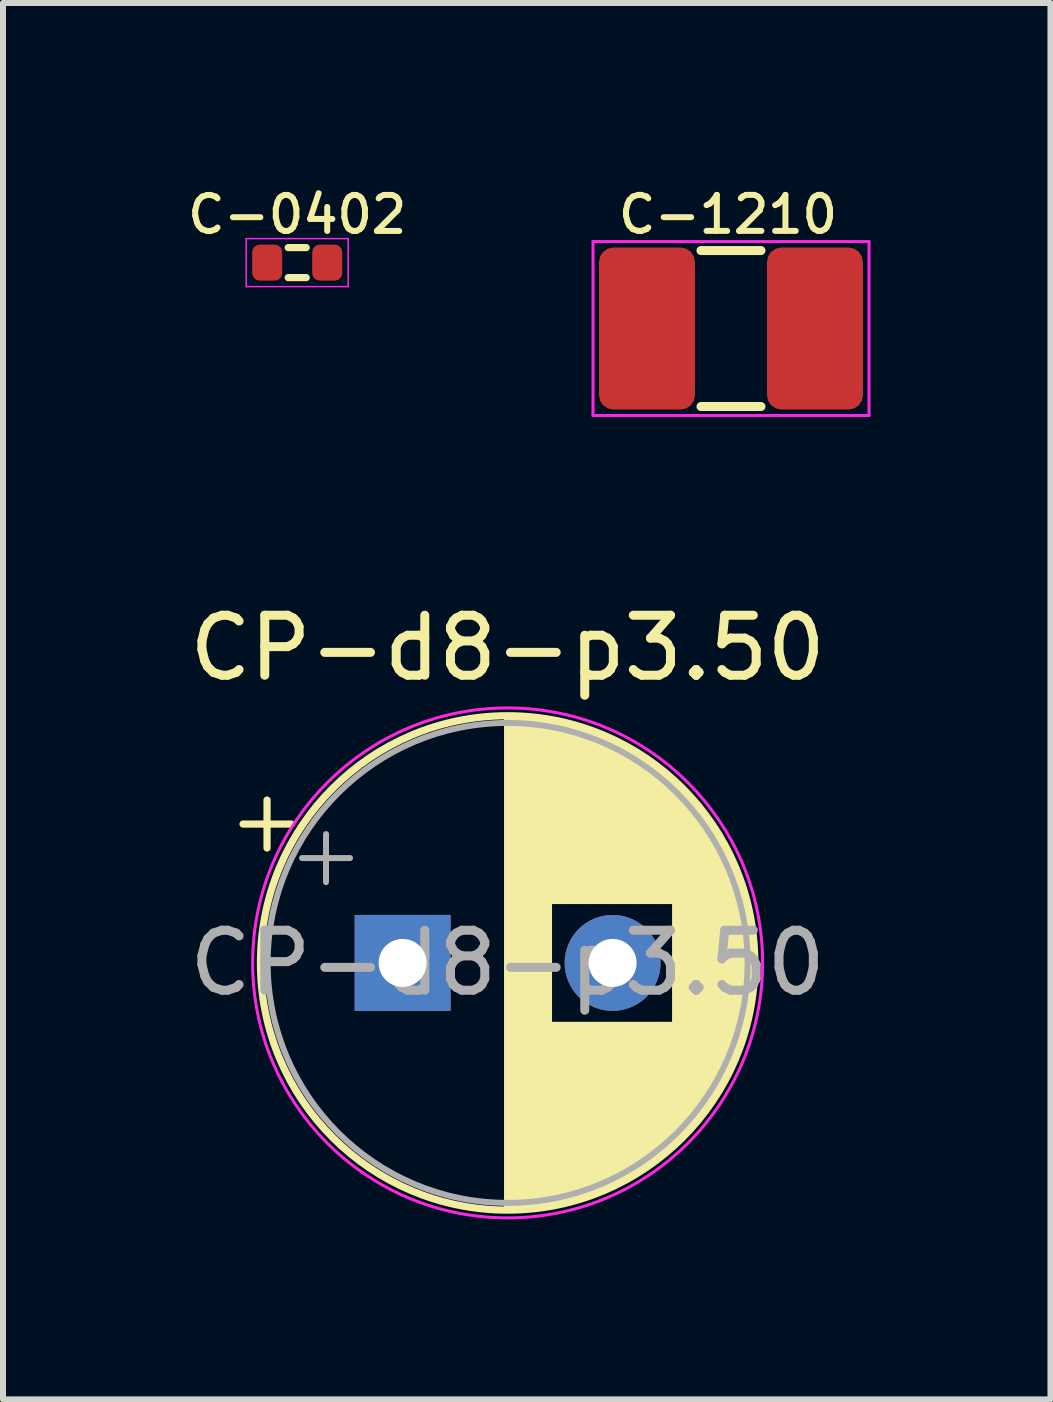
<source format=kicad_pcb>
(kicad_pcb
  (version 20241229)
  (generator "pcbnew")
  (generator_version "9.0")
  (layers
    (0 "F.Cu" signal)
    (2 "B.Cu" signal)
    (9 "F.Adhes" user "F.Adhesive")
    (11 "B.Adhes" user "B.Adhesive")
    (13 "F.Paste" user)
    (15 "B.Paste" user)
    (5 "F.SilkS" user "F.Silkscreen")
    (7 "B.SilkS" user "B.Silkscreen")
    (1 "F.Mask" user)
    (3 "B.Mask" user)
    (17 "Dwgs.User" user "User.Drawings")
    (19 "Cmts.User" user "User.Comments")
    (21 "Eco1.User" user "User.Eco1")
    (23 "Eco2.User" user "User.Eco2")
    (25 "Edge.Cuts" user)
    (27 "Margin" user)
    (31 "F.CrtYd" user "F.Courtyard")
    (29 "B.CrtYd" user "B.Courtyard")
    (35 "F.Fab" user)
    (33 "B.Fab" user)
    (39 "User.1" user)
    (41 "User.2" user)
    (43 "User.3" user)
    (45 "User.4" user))
  (footprint "CP-d8-p3.50"
    (layer "F.Cu")
    (at 3.661 13)
    (property "Reference" "CP-d8-p3.50" (at 1.75 -5.25 0) (layer "F.SilkS") (effects (font (size 1 1) (thickness 0.15))))
    (attr through_hole)
    (fp_line (start -2.66 -2.315) (end -1.86 -2.315) (stroke (width 0.12) (type solid)) (layer "F.SilkS"))
    (fp_line (start -2.26 -2.715) (end -2.26 -1.915) (stroke (width 0.12) (type solid)) (layer "F.SilkS"))
    (fp_line (start 1.75 -4.08) (end 1.75 4.08) (stroke (width 0.12) (type solid)) (layer "F.SilkS"))
    (fp_line (start 1.79 -4.08) (end 1.79 4.08) (stroke (width 0.12) (type solid)) (layer "F.SilkS"))
    (fp_line (start 1.83 -4.08) (end 1.83 4.08) (stroke (width 0.12) (type solid)) (layer "F.SilkS"))
    (fp_line (start 1.87 -4.079) (end 1.87 4.079) (stroke (width 0.12) (type solid)) (layer "F.SilkS"))
    (fp_line (start 1.91 -4.077) (end 1.91 4.077) (stroke (width 0.12) (type solid)) (layer "F.SilkS"))
    (fp_line (start 1.95 -4.076) (end 1.95 4.076) (stroke (width 0.12) (type solid)) (layer "F.SilkS"))
    (fp_line (start 1.99 -4.074) (end 1.99 4.074) (stroke (width 0.12) (type solid)) (layer "F.SilkS"))
    (fp_line (start 2.03 -4.071) (end 2.03 4.071) (stroke (width 0.12) (type solid)) (layer "F.SilkS"))
    (fp_line (start 2.07 -4.068) (end 2.07 4.068) (stroke (width 0.12) (type solid)) (layer "F.SilkS"))
    (fp_line (start 2.11 -4.065) (end 2.11 4.065) (stroke (width 0.12) (type solid)) (layer "F.SilkS"))
    (fp_line (start 2.15 -4.061) (end 2.15 4.061) (stroke (width 0.12) (type solid)) (layer "F.SilkS"))
    (fp_line (start 2.19 -4.057) (end 2.19 4.057) (stroke (width 0.12) (type solid)) (layer "F.SilkS"))
    (fp_line (start 2.23 -4.052) (end 2.23 4.052) (stroke (width 0.12) (type solid)) (layer "F.SilkS"))
    (fp_line (start 2.27 -4.048) (end 2.27 4.048) (stroke (width 0.12) (type solid)) (layer "F.SilkS"))
    (fp_line (start 2.31 -4.042) (end 2.31 4.042) (stroke (width 0.12) (type solid)) (layer "F.SilkS"))
    (fp_line (start 2.35 -4.037) (end 2.35 4.037) (stroke (width 0.12) (type solid)) (layer "F.SilkS"))
    (fp_line (start 2.39 -4.03) (end 2.39 4.03) (stroke (width 0.12) (type solid)) (layer "F.SilkS"))
    (fp_line (start 2.43 -4.024) (end 2.43 4.024) (stroke (width 0.12) (type solid)) (layer "F.SilkS"))
    (fp_line (start 2.471 -4.017) (end 2.471 -1.04) (stroke (width 0.12) (type solid)) (layer "F.SilkS"))
    (fp_line (start 2.471 1.04) (end 2.471 4.017) (stroke (width 0.12) (type solid)) (layer "F.SilkS"))
    (fp_line (start 2.511 -4.01) (end 2.511 -1.04) (stroke (width 0.12) (type solid)) (layer "F.SilkS"))
    (fp_line (start 2.511 1.04) (end 2.511 4.01) (stroke (width 0.12) (type solid)) (layer "F.SilkS"))
    (fp_line (start 2.551 -4.002) (end 2.551 -1.04) (stroke (width 0.12) (type solid)) (layer "F.SilkS"))
    (fp_line (start 2.551 1.04) (end 2.551 4.002) (stroke (width 0.12) (type solid)) (layer "F.SilkS"))
    (fp_line (start 2.591 -3.994) (end 2.591 -1.04) (stroke (width 0.12) (type solid)) (layer "F.SilkS"))
    (fp_line (start 2.591 1.04) (end 2.591 3.994) (stroke (width 0.12) (type solid)) (layer "F.SilkS"))
    (fp_line (start 2.631 -3.985) (end 2.631 -1.04) (stroke (width 0.12) (type solid)) (layer "F.SilkS"))
    (fp_line (start 2.631 1.04) (end 2.631 3.985) (stroke (width 0.12) (type solid)) (layer "F.SilkS"))
    (fp_line (start 2.671 -3.976) (end 2.671 -1.04) (stroke (width 0.12) (type solid)) (layer "F.SilkS"))
    (fp_line (start 2.671 1.04) (end 2.671 3.976) (stroke (width 0.12) (type solid)) (layer "F.SilkS"))
    (fp_line (start 2.711 -3.967) (end 2.711 -1.04) (stroke (width 0.12) (type solid)) (layer "F.SilkS"))
    (fp_line (start 2.711 1.04) (end 2.711 3.967) (stroke (width 0.12) (type solid)) (layer "F.SilkS"))
    (fp_line (start 2.751 -3.957) (end 2.751 -1.04) (stroke (width 0.12) (type solid)) (layer "F.SilkS"))
    (fp_line (start 2.751 1.04) (end 2.751 3.957) (stroke (width 0.12) (type solid)) (layer "F.SilkS"))
    (fp_line (start 2.791 -3.947) (end 2.791 -1.04) (stroke (width 0.12) (type solid)) (layer "F.SilkS"))
    (fp_line (start 2.791 1.04) (end 2.791 3.947) (stroke (width 0.12) (type solid)) (layer "F.SilkS"))
    (fp_line (start 2.831 -3.936) (end 2.831 -1.04) (stroke (width 0.12) (type solid)) (layer "F.SilkS"))
    (fp_line (start 2.831 1.04) (end 2.831 3.936) (stroke (width 0.12) (type solid)) (layer "F.SilkS"))
    (fp_line (start 2.871 -3.925) (end 2.871 -1.04) (stroke (width 0.12) (type solid)) (layer "F.SilkS"))
    (fp_line (start 2.871 1.04) (end 2.871 3.925) (stroke (width 0.12) (type solid)) (layer "F.SilkS"))
    (fp_line (start 2.911 -3.914) (end 2.911 -1.04) (stroke (width 0.12) (type solid)) (layer "F.SilkS"))
    (fp_line (start 2.911 1.04) (end 2.911 3.914) (stroke (width 0.12) (type solid)) (layer "F.SilkS"))
    (fp_line (start 2.951 -3.902) (end 2.951 -1.04) (stroke (width 0.12) (type solid)) (layer "F.SilkS"))
    (fp_line (start 2.951 1.04) (end 2.951 3.902) (stroke (width 0.12) (type solid)) (layer "F.SilkS"))
    (fp_line (start 2.991 -3.889) (end 2.991 -1.04) (stroke (width 0.12) (type solid)) (layer "F.SilkS"))
    (fp_line (start 2.991 1.04) (end 2.991 3.889) (stroke (width 0.12) (type solid)) (layer "F.SilkS"))
    (fp_line (start 3.031 -3.877) (end 3.031 -1.04) (stroke (width 0.12) (type solid)) (layer "F.SilkS"))
    (fp_line (start 3.031 1.04) (end 3.031 3.877) (stroke (width 0.12) (type solid)) (layer "F.SilkS"))
    (fp_line (start 3.071 -3.863) (end 3.071 -1.04) (stroke (width 0.12) (type solid)) (layer "F.SilkS"))
    (fp_line (start 3.071 1.04) (end 3.071 3.863) (stroke (width 0.12) (type solid)) (layer "F.SilkS"))
    (fp_line (start 3.111 -3.85) (end 3.111 -1.04) (stroke (width 0.12) (type solid)) (layer "F.SilkS"))
    (fp_line (start 3.111 1.04) (end 3.111 3.85) (stroke (width 0.12) (type solid)) (layer "F.SilkS"))
    (fp_line (start 3.151 -3.835) (end 3.151 -1.04) (stroke (width 0.12) (type solid)) (layer "F.SilkS"))
    (fp_line (start 3.151 1.04) (end 3.151 3.835) (stroke (width 0.12) (type solid)) (layer "F.SilkS"))
    (fp_line (start 3.191 -3.821) (end 3.191 -1.04) (stroke (width 0.12) (type solid)) (layer "F.SilkS"))
    (fp_line (start 3.191 1.04) (end 3.191 3.821) (stroke (width 0.12) (type solid)) (layer "F.SilkS"))
    (fp_line (start 3.231 -3.805) (end 3.231 -1.04) (stroke (width 0.12) (type solid)) (layer "F.SilkS"))
    (fp_line (start 3.231 1.04) (end 3.231 3.805) (stroke (width 0.12) (type solid)) (layer "F.SilkS"))
    (fp_line (start 3.271 -3.79) (end 3.271 -1.04) (stroke (width 0.12) (type solid)) (layer "F.SilkS"))
    (fp_line (start 3.271 1.04) (end 3.271 3.79) (stroke (width 0.12) (type solid)) (layer "F.SilkS"))
    (fp_line (start 3.311 -3.774) (end 3.311 -1.04) (stroke (width 0.12) (type solid)) (layer "F.SilkS"))
    (fp_line (start 3.311 1.04) (end 3.311 3.774) (stroke (width 0.12) (type solid)) (layer "F.SilkS"))
    (fp_line (start 3.351 -3.757) (end 3.351 -1.04) (stroke (width 0.12) (type solid)) (layer "F.SilkS"))
    (fp_line (start 3.351 1.04) (end 3.351 3.757) (stroke (width 0.12) (type solid)) (layer "F.SilkS"))
    (fp_line (start 3.391 -3.74) (end 3.391 -1.04) (stroke (width 0.12) (type solid)) (layer "F.SilkS"))
    (fp_line (start 3.391 1.04) (end 3.391 3.74) (stroke (width 0.12) (type solid)) (layer "F.SilkS"))
    (fp_line (start 3.431 -3.722) (end 3.431 -1.04) (stroke (width 0.12) (type solid)) (layer "F.SilkS"))
    (fp_line (start 3.431 1.04) (end 3.431 3.722) (stroke (width 0.12) (type solid)) (layer "F.SilkS"))
    (fp_line (start 3.471 -3.704) (end 3.471 -1.04) (stroke (width 0.12) (type solid)) (layer "F.SilkS"))
    (fp_line (start 3.471 1.04) (end 3.471 3.704) (stroke (width 0.12) (type solid)) (layer "F.SilkS"))
    (fp_line (start 3.511 -3.686) (end 3.511 -1.04) (stroke (width 0.12) (type solid)) (layer "F.SilkS"))
    (fp_line (start 3.511 1.04) (end 3.511 3.686) (stroke (width 0.12) (type solid)) (layer "F.SilkS"))
    (fp_line (start 3.551 -3.666) (end 3.551 -1.04) (stroke (width 0.12) (type solid)) (layer "F.SilkS"))
    (fp_line (start 3.551 1.04) (end 3.551 3.666) (stroke (width 0.12) (type solid)) (layer "F.SilkS"))
    (fp_line (start 3.591 -3.647) (end 3.591 -1.04) (stroke (width 0.12) (type solid)) (layer "F.SilkS"))
    (fp_line (start 3.591 1.04) (end 3.591 3.647) (stroke (width 0.12) (type solid)) (layer "F.SilkS"))
    (fp_line (start 3.631 -3.627) (end 3.631 -1.04) (stroke (width 0.12) (type solid)) (layer "F.SilkS"))
    (fp_line (start 3.631 1.04) (end 3.631 3.627) (stroke (width 0.12) (type solid)) (layer "F.SilkS"))
    (fp_line (start 3.671 -3.606) (end 3.671 -1.04) (stroke (width 0.12) (type solid)) (layer "F.SilkS"))
    (fp_line (start 3.671 1.04) (end 3.671 3.606) (stroke (width 0.12) (type solid)) (layer "F.SilkS"))
    (fp_line (start 3.711 -3.584) (end 3.711 -1.04) (stroke (width 0.12) (type solid)) (layer "F.SilkS"))
    (fp_line (start 3.711 1.04) (end 3.711 3.584) (stroke (width 0.12) (type solid)) (layer "F.SilkS"))
    (fp_line (start 3.751 -3.562) (end 3.751 -1.04) (stroke (width 0.12) (type solid)) (layer "F.SilkS"))
    (fp_line (start 3.751 1.04) (end 3.751 3.562) (stroke (width 0.12) (type solid)) (layer "F.SilkS"))
    (fp_line (start 3.791 -3.54) (end 3.791 -1.04) (stroke (width 0.12) (type solid)) (layer "F.SilkS"))
    (fp_line (start 3.791 1.04) (end 3.791 3.54) (stroke (width 0.12) (type solid)) (layer "F.SilkS"))
    (fp_line (start 3.831 -3.517) (end 3.831 -1.04) (stroke (width 0.12) (type solid)) (layer "F.SilkS"))
    (fp_line (start 3.831 1.04) (end 3.831 3.517) (stroke (width 0.12) (type solid)) (layer "F.SilkS"))
    (fp_line (start 3.871 -3.493) (end 3.871 -1.04) (stroke (width 0.12) (type solid)) (layer "F.SilkS"))
    (fp_line (start 3.871 1.04) (end 3.871 3.493) (stroke (width 0.12) (type solid)) (layer "F.SilkS"))
    (fp_line (start 3.911 -3.469) (end 3.911 -1.04) (stroke (width 0.12) (type solid)) (layer "F.SilkS"))
    (fp_line (start 3.911 1.04) (end 3.911 3.469) (stroke (width 0.12) (type solid)) (layer "F.SilkS"))
    (fp_line (start 3.951 -3.444) (end 3.951 -1.04) (stroke (width 0.12) (type solid)) (layer "F.SilkS"))
    (fp_line (start 3.951 1.04) (end 3.951 3.444) (stroke (width 0.12) (type solid)) (layer "F.SilkS"))
    (fp_line (start 3.991 -3.418) (end 3.991 -1.04) (stroke (width 0.12) (type solid)) (layer "F.SilkS"))
    (fp_line (start 3.991 1.04) (end 3.991 3.418) (stroke (width 0.12) (type solid)) (layer "F.SilkS"))
    (fp_line (start 4.031 -3.392) (end 4.031 -1.04) (stroke (width 0.12) (type solid)) (layer "F.SilkS"))
    (fp_line (start 4.031 1.04) (end 4.031 3.392) (stroke (width 0.12) (type solid)) (layer "F.SilkS"))
    (fp_line (start 4.071 -3.365) (end 4.071 -1.04) (stroke (width 0.12) (type solid)) (layer "F.SilkS"))
    (fp_line (start 4.071 1.04) (end 4.071 3.365) (stroke (width 0.12) (type solid)) (layer "F.SilkS"))
    (fp_line (start 4.111 -3.338) (end 4.111 -1.04) (stroke (width 0.12) (type solid)) (layer "F.SilkS"))
    (fp_line (start 4.111 1.04) (end 4.111 3.338) (stroke (width 0.12) (type solid)) (layer "F.SilkS"))
    (fp_line (start 4.151 -3.309) (end 4.151 -1.04) (stroke (width 0.12) (type solid)) (layer "F.SilkS"))
    (fp_line (start 4.151 1.04) (end 4.151 3.309) (stroke (width 0.12) (type solid)) (layer "F.SilkS"))
    (fp_line (start 4.191 -3.28) (end 4.191 -1.04) (stroke (width 0.12) (type solid)) (layer "F.SilkS"))
    (fp_line (start 4.191 1.04) (end 4.191 3.28) (stroke (width 0.12) (type solid)) (layer "F.SilkS"))
    (fp_line (start 4.231 -3.25) (end 4.231 -1.04) (stroke (width 0.12) (type solid)) (layer "F.SilkS"))
    (fp_line (start 4.231 1.04) (end 4.231 3.25) (stroke (width 0.12) (type solid)) (layer "F.SilkS"))
    (fp_line (start 4.271 -3.22) (end 4.271 -1.04) (stroke (width 0.12) (type solid)) (layer "F.SilkS"))
    (fp_line (start 4.271 1.04) (end 4.271 3.22) (stroke (width 0.12) (type solid)) (layer "F.SilkS"))
    (fp_line (start 4.311 -3.189) (end 4.311 -1.04) (stroke (width 0.12) (type solid)) (layer "F.SilkS"))
    (fp_line (start 4.311 1.04) (end 4.311 3.189) (stroke (width 0.12) (type solid)) (layer "F.SilkS"))
    (fp_line (start 4.351 -3.156) (end 4.351 -1.04) (stroke (width 0.12) (type solid)) (layer "F.SilkS"))
    (fp_line (start 4.351 1.04) (end 4.351 3.156) (stroke (width 0.12) (type solid)) (layer "F.SilkS"))
    (fp_line (start 4.391 -3.124) (end 4.391 -1.04) (stroke (width 0.12) (type solid)) (layer "F.SilkS"))
    (fp_line (start 4.391 1.04) (end 4.391 3.124) (stroke (width 0.12) (type solid)) (layer "F.SilkS"))
    (fp_line (start 4.431 -3.09) (end 4.431 -1.04) (stroke (width 0.12) (type solid)) (layer "F.SilkS"))
    (fp_line (start 4.431 1.04) (end 4.431 3.09) (stroke (width 0.12) (type solid)) (layer "F.SilkS"))
    (fp_line (start 4.471 -3.055) (end 4.471 -1.04) (stroke (width 0.12) (type solid)) (layer "F.SilkS"))
    (fp_line (start 4.471 1.04) (end 4.471 3.055) (stroke (width 0.12) (type solid)) (layer "F.SilkS"))
    (fp_line (start 4.511 -3.019) (end 4.511 -1.04) (stroke (width 0.12) (type solid)) (layer "F.SilkS"))
    (fp_line (start 4.511 1.04) (end 4.511 3.019) (stroke (width 0.12) (type solid)) (layer "F.SilkS"))
    (fp_line (start 4.551 -2.983) (end 4.551 2.983) (stroke (width 0.12) (type solid)) (layer "F.SilkS"))
    (fp_line (start 4.591 -2.945) (end 4.591 2.945) (stroke (width 0.12) (type solid)) (layer "F.SilkS"))
    (fp_line (start 4.631 -2.907) (end 4.631 2.907) (stroke (width 0.12) (type solid)) (layer "F.SilkS"))
    (fp_line (start 4.671 -2.867) (end 4.671 2.867) (stroke (width 0.12) (type solid)) (layer "F.SilkS"))
    (fp_line (start 4.711 -2.826) (end 4.711 2.826) (stroke (width 0.12) (type solid)) (layer "F.SilkS"))
    (fp_line (start 4.751 -2.784) (end 4.751 2.784) (stroke (width 0.12) (type solid)) (layer "F.SilkS"))
    (fp_line (start 4.791 -2.741) (end 4.791 2.741) (stroke (width 0.12) (type solid)) (layer "F.SilkS"))
    (fp_line (start 4.831 -2.697) (end 4.831 2.697) (stroke (width 0.12) (type solid)) (layer "F.SilkS"))
    (fp_line (start 4.871 -2.651) (end 4.871 2.651) (stroke (width 0.12) (type solid)) (layer "F.SilkS"))
    (fp_line (start 4.911 -2.604) (end 4.911 2.604) (stroke (width 0.12) (type solid)) (layer "F.SilkS"))
    (fp_line (start 4.951 -2.556) (end 4.951 2.556) (stroke (width 0.12) (type solid)) (layer "F.SilkS"))
    (fp_line (start 4.991 -2.505) (end 4.991 2.505) (stroke (width 0.12) (type solid)) (layer "F.SilkS"))
    (fp_line (start 5.031 -2.454) (end 5.031 2.454) (stroke (width 0.12) (type solid)) (layer "F.SilkS"))
    (fp_line (start 5.071 -2.4) (end 5.071 2.4) (stroke (width 0.12) (type solid)) (layer "F.SilkS"))
    (fp_line (start 5.111 -2.345) (end 5.111 2.345) (stroke (width 0.12) (type solid)) (layer "F.SilkS"))
    (fp_line (start 5.151 -2.287) (end 5.151 2.287) (stroke (width 0.12) (type solid)) (layer "F.SilkS"))
    (fp_line (start 5.191 -2.228) (end 5.191 2.228) (stroke (width 0.12) (type solid)) (layer "F.SilkS"))
    (fp_line (start 5.231 -2.166) (end 5.231 2.166) (stroke (width 0.12) (type solid)) (layer "F.SilkS"))
    (fp_line (start 5.271 -2.102) (end 5.271 2.102) (stroke (width 0.12) (type solid)) (layer "F.SilkS"))
    (fp_line (start 5.311 -2.034) (end 5.311 2.034) (stroke (width 0.12) (type solid)) (layer "F.SilkS"))
    (fp_line (start 5.351 -1.964) (end 5.351 1.964) (stroke (width 0.12) (type solid)) (layer "F.SilkS"))
    (fp_line (start 5.391 -1.89) (end 5.391 1.89) (stroke (width 0.12) (type solid)) (layer "F.SilkS"))
    (fp_line (start 5.431 -1.813) (end 5.431 1.813) (stroke (width 0.12) (type solid)) (layer "F.SilkS"))
    (fp_line (start 5.471 -1.731) (end 5.471 1.731) (stroke (width 0.12) (type solid)) (layer "F.SilkS"))
    (fp_line (start 5.511 -1.645) (end 5.511 1.645) (stroke (width 0.12) (type solid)) (layer "F.SilkS"))
    (fp_line (start 5.551 -1.552) (end 5.551 1.552) (stroke (width 0.12) (type solid)) (layer "F.SilkS"))
    (fp_line (start 5.591 -1.453) (end 5.591 1.453) (stroke (width 0.12) (type solid)) (layer "F.SilkS"))
    (fp_line (start 5.631 -1.346) (end 5.631 1.346) (stroke (width 0.12) (type solid)) (layer "F.SilkS"))
    (fp_line (start 5.671 -1.229) (end 5.671 1.229) (stroke (width 0.12) (type solid)) (layer "F.SilkS"))
    (fp_line (start 5.711 -1.098) (end 5.711 1.098) (stroke (width 0.12) (type solid)) (layer "F.SilkS"))
    (fp_line (start 5.751 -0.948) (end 5.751 0.948) (stroke (width 0.12) (type solid)) (layer "F.SilkS"))
    (fp_line (start 5.791 -0.768) (end 5.791 0.768) (stroke (width 0.12) (type solid)) (layer "F.SilkS"))
    (fp_line (start 5.831 -0.533) (end 5.831 0.533) (stroke (width 0.12) (type solid)) (layer "F.SilkS"))
    (fp_circle (center 1.75 0) (end 5.87 0) (stroke (width 0.12) (type solid)) (fill no) (layer "F.SilkS"))
    (fp_circle (center 1.75 0) (end 6 0) (stroke (width 0.05) (type solid)) (fill no) (layer "F.CrtYd"))
    (fp_line (start -1.677 -1.748) (end -0.877 -1.748) (stroke (width 0.1) (type solid)) (layer "F.Fab"))
    (fp_line (start -1.277 -2.147) (end -1.277 -1.347) (stroke (width 0.1) (type solid)) (layer "F.Fab"))
    (fp_circle (center 1.75 0) (end 5.75 0) (stroke (width 0.1) (type solid)) (fill no) (layer "F.Fab"))
    (fp_text user "${REFERENCE}" (at 1.75 0 0) (layer "F.Fab") (effects (font (size 1 1) (thickness 0.15))))
    (pad "1" thru_hole rect (at 0 0) (size 1.6 1.6) (drill 0.8) (layers "*.Cu" "*.Mask"))
    (pad "2" thru_hole circle (at 3.5 0) (size 1.6 1.6) (drill 0.8) (layers "*.Cu" "*.Mask")))
  (footprint "C-0402"
    (layer "F.Cu")
    (at 1.904 1.327)
    (property "Reference" "C-0402" (at 0 -0.8 0) (layer "F.SilkS") (effects (font (size 0.6 0.6) (thickness 0.1))))
    (attr through_hole)
    (fp_line (start -0.15 -0.25) (end 0.15 -0.25) (stroke (width 0.12) (type solid)) (layer "F.SilkS"))
    (fp_line (start -0.15 0.25) (end 0.15 0.25) (stroke (width 0.12) (type solid)) (layer "F.SilkS"))
    (fp_line (start -0.85 -0.4) (end 0.85 -0.4) (stroke (width 0.025) (type solid)) (layer "F.CrtYd"))
    (fp_line (start -0.85 0.4) (end -0.85 -0.4) (stroke (width 0.025) (type solid)) (layer "F.CrtYd"))
    (fp_line (start 0.85 -0.4) (end 0.85 0.4) (stroke (width 0.025) (type solid)) (layer "F.CrtYd"))
    (fp_line (start 0.85 0.4) (end -0.85 0.4) (stroke (width 0.025) (type solid)) (layer "F.CrtYd"))
    (pad "1" smd roundrect (at -0.5 0) (size 0.5 0.6) (layers "F.Cu" "F.Mask" "F.Paste") (roundrect_rratio 0.25))
    (pad "2" smd roundrect (at 0.5 0) (size 0.5 0.6) (layers "F.Cu" "F.Mask" "F.Paste") (roundrect_rratio 0.25)))
  (footprint "C-1210"
    (layer "F.Cu")
    (at 9.134 2.426)
    (property "Reference" "C-1210" (at -0.05 -1.9 0) (layer "F.SilkS") (effects (font (size 0.6 0.6) (thickness 0.1) (bold yes))))
    (attr smd)
    (fp_line (start -0.5 -1.3) (end 0.5 -1.3) (stroke (width 0.15) (type solid)) (layer "F.SilkS"))
    (fp_line (start -0.5 1.3) (end 0.5 1.3) (stroke (width 0.15) (type solid)) (layer "F.SilkS"))
    (fp_line (start -2.3 -1.45) (end 2.3 -1.45) (stroke (width 0.05) (type solid)) (layer "F.CrtYd"))
    (fp_line (start -2.3 1.45) (end -2.3 -1.45) (stroke (width 0.05) (type solid)) (layer "F.CrtYd"))
    (fp_line (start 2.3 -1.45) (end 2.3 1.45) (stroke (width 0.05) (type solid)) (layer "F.CrtYd"))
    (fp_line (start 2.3 1.45) (end -2.3 1.45) (stroke (width 0.05) (type solid)) (layer "F.CrtYd"))
    (pad "1" smd roundrect (at -1.4 0) (size 1.6 2.7) (layers "F.Cu" "F.Mask" "F.Paste") (roundrect_rratio 0.15))
    (pad "2" smd roundrect (at 1.4 0) (size 1.6 2.7) (layers "F.Cu" "F.Mask" "F.Paste") (roundrect_rratio 0.15)))
  (gr_rect
    (start -3 -3)
    (end 14.459 20.275)
    (stroke (width 0.1) (type default))
    (fill no)
    (layer "Edge.Cuts")))
</source>
